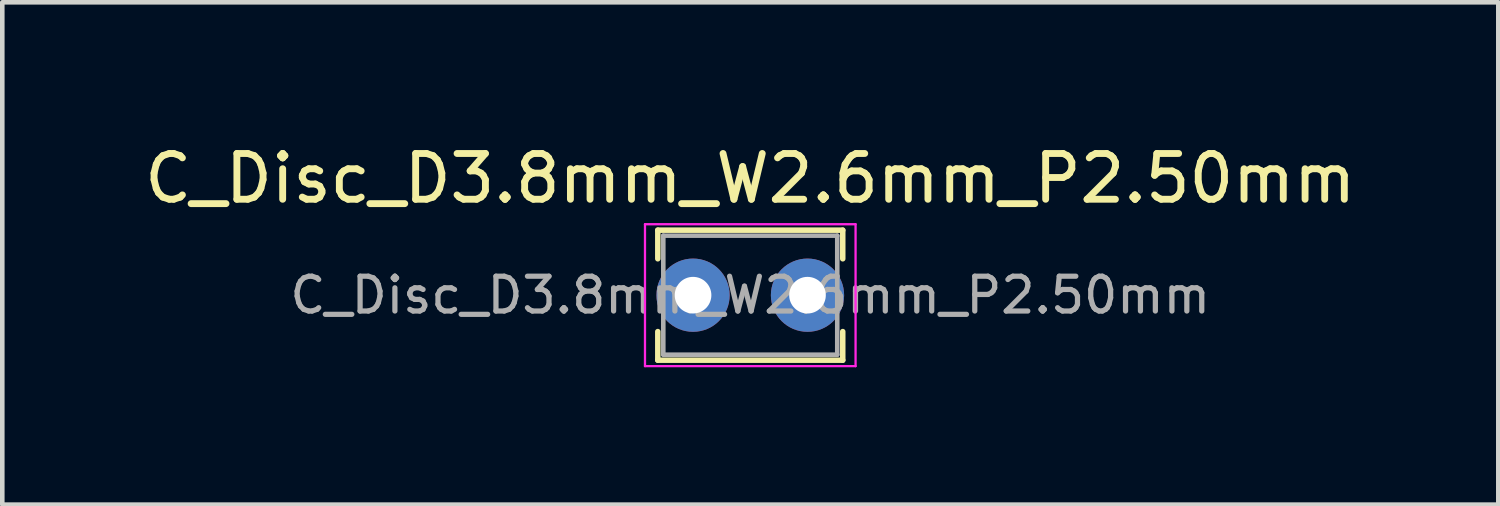
<source format=kicad_pcb>
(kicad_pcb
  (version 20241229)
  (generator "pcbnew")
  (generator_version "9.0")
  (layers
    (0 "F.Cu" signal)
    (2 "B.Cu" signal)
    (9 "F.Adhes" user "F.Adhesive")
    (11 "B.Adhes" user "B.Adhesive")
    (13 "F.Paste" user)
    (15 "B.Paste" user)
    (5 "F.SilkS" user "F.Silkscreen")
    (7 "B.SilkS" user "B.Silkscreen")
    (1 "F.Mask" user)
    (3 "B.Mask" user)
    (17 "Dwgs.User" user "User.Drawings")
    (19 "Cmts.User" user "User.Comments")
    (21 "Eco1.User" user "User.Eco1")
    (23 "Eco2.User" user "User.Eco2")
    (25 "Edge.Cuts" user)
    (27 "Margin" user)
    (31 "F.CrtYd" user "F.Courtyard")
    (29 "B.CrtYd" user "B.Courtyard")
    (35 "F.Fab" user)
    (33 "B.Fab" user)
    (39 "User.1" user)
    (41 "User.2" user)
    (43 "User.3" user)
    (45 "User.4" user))
  (footprint "C_Disc_D3.8mm_W2.6mm_P2.50mm"
    (layer "F.Cu")
    (at 12.089 3.398)
    (property "Reference" "C_Disc_D3.8mm_W2.6mm_P2.50mm" (at 1.25 -2.55 0) (layer "F.SilkS") (effects (font (size 1 1) (thickness 0.15))))
    (attr through_hole)
    (fp_line (start -0.77 -1.42) (end -0.77 -0.795) (stroke (width 0.12) (type solid)) (layer "F.SilkS"))
    (fp_line (start -0.77 -1.42) (end 3.27 -1.42) (stroke (width 0.12) (type solid)) (layer "F.SilkS"))
    (fp_line (start -0.77 0.795) (end -0.77 1.42) (stroke (width 0.12) (type solid)) (layer "F.SilkS"))
    (fp_line (start -0.77 1.42) (end 3.27 1.42) (stroke (width 0.12) (type solid)) (layer "F.SilkS"))
    (fp_line (start 3.27 -1.42) (end 3.27 -0.795) (stroke (width 0.12) (type solid)) (layer "F.SilkS"))
    (fp_line (start 3.27 0.795) (end 3.27 1.42) (stroke (width 0.12) (type solid)) (layer "F.SilkS"))
    (fp_line (start -1.05 -1.55) (end -1.05 1.55) (stroke (width 0.05) (type solid)) (layer "F.CrtYd"))
    (fp_line (start -1.05 1.55) (end 3.55 1.55) (stroke (width 0.05) (type solid)) (layer "F.CrtYd"))
    (fp_line (start 3.55 -1.55) (end -1.05 -1.55) (stroke (width 0.05) (type solid)) (layer "F.CrtYd"))
    (fp_line (start 3.55 1.55) (end 3.55 -1.55) (stroke (width 0.05) (type solid)) (layer "F.CrtYd"))
    (fp_line (start -0.65 -1.3) (end -0.65 1.3) (stroke (width 0.1) (type solid)) (layer "F.Fab"))
    (fp_line (start -0.65 1.3) (end 3.15 1.3) (stroke (width 0.1) (type solid)) (layer "F.Fab"))
    (fp_line (start 3.15 -1.3) (end -0.65 -1.3) (stroke (width 0.1) (type solid)) (layer "F.Fab"))
    (fp_line (start 3.15 1.3) (end 3.15 -1.3) (stroke (width 0.1) (type solid)) (layer "F.Fab"))
    (fp_text user "${REFERENCE}" (at 1.25 0 0) (layer "F.Fab") (effects (font (size 0.76 0.76) (thickness 0.114))))
    (pad "1" thru_hole circle (at 0 0) (size 1.6 1.6) (drill 0.8) (layers "*.Cu" "*.Mask"))
    (pad "2" thru_hole circle (at 2.5 0) (size 1.6 1.6) (drill 0.8) (layers "*.Cu" "*.Mask")))
  (gr_rect
    (start -3 -3)
    (end 29.679 7.973)
    (stroke (width 0.1) (type default))
    (fill no)
    (layer "Edge.Cuts")))
</source>
